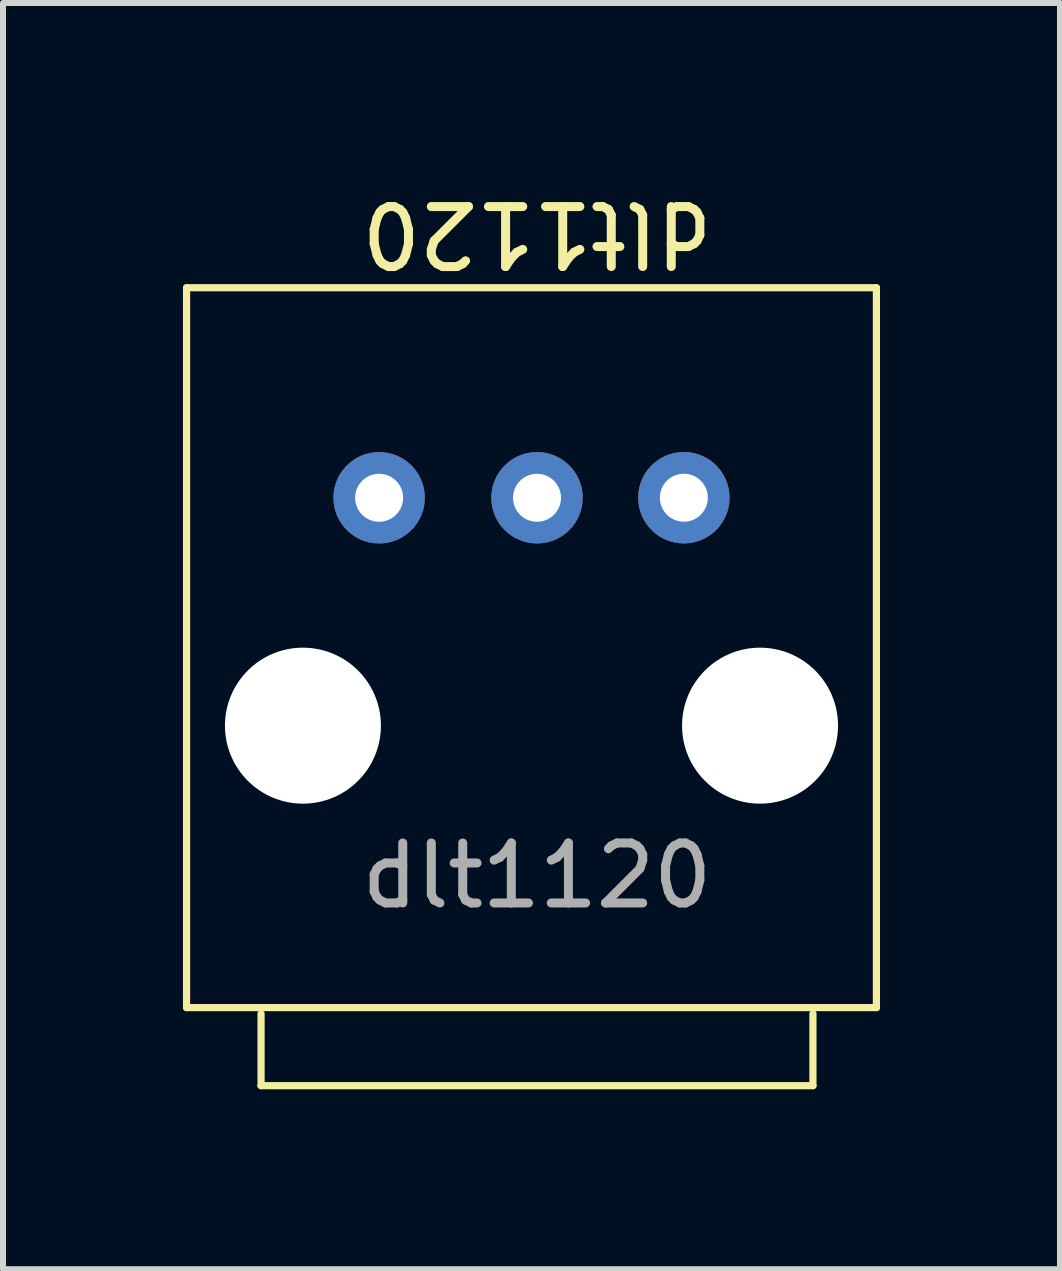
<source format=kicad_pcb>
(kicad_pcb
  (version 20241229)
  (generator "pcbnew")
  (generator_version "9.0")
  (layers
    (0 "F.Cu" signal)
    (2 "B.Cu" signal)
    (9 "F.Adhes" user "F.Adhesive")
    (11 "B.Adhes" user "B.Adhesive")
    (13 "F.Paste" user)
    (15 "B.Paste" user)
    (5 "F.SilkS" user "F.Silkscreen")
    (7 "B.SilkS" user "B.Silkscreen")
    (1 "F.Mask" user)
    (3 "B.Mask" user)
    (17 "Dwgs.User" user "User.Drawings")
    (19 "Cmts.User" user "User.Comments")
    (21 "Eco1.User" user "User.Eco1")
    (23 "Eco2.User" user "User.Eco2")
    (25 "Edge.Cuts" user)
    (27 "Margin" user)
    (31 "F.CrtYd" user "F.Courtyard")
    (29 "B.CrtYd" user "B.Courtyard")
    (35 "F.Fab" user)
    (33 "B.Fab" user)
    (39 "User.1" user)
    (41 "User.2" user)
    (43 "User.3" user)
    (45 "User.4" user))
  (footprint "dlt1120"
    (layer "F.Cu")
    (at 5.902 9.048)
    (property "Reference" "dlt1120" (at 0 -8.2 180) (unlocked yes) (layer "F.SilkS") (effects (font (size 1 1) (thickness 0.15))))
    (fp_line (start -5.842 -7.301) (end -5.842 4.699) (stroke (width 0.12) (type solid)) (layer "F.SilkS"))
    (fp_line (start -4.6 4.8) (end -4.6 6) (stroke (width 0.12) (type solid)) (layer "F.SilkS"))
    (fp_line (start -4.6 6) (end 4.6 6) (stroke (width 0.12) (type solid)) (layer "F.SilkS"))
    (fp_line (start 4.6 6) (end 4.6 4.8) (stroke (width 0.12) (type solid)) (layer "F.SilkS"))
    (fp_line (start 5.658 -7.301) (end -5.842 -7.301) (stroke (width 0.12) (type solid)) (layer "F.SilkS"))
    (fp_line (start 5.658 4.699) (end -5.842 4.699) (stroke (width 0.12) (type solid)) (layer "F.SilkS"))
    (fp_line (start 5.658 4.699) (end 5.658 -7.301) (stroke (width 0.12) (type solid)) (layer "F.SilkS"))
    (fp_text user "${REFERENCE}" (at 0 2.5 0) (unlocked yes) (layer "F.Fab") (effects (font (size 1 1) (thickness 0.15))))
    (pad "" np_thru_hole circle (at -3.902 -0.001) (size 2.6 2.6) (drill 2.6) (layers "*.Cu" "*.Mask"))
    (pad "" np_thru_hole circle (at 3.718 -0.001) (size 2.6 2.6) (drill 2.6) (layers "*.Cu" "*.Mask"))
    (pad "1" thru_hole circle (at 2.448 -3.801) (size 1.524 1.524) (drill 0.8) (layers "*.Cu" "*.Mask"))
    (pad "2" thru_hole circle (at 0 -3.8) (size 1.524 1.524) (drill 0.8) (layers "*.Cu" "*.Mask"))
    (pad "3" thru_hole circle (at -2.632 -3.8) (size 1.524 1.524) (drill 0.8) (layers "*.Cu" "*.Mask")))
  (gr_rect
    (start -3 -3)
    (end 14.62 18.108)
    (stroke (width 0.1) (type default))
    (fill no)
    (layer "Edge.Cuts")))
</source>
